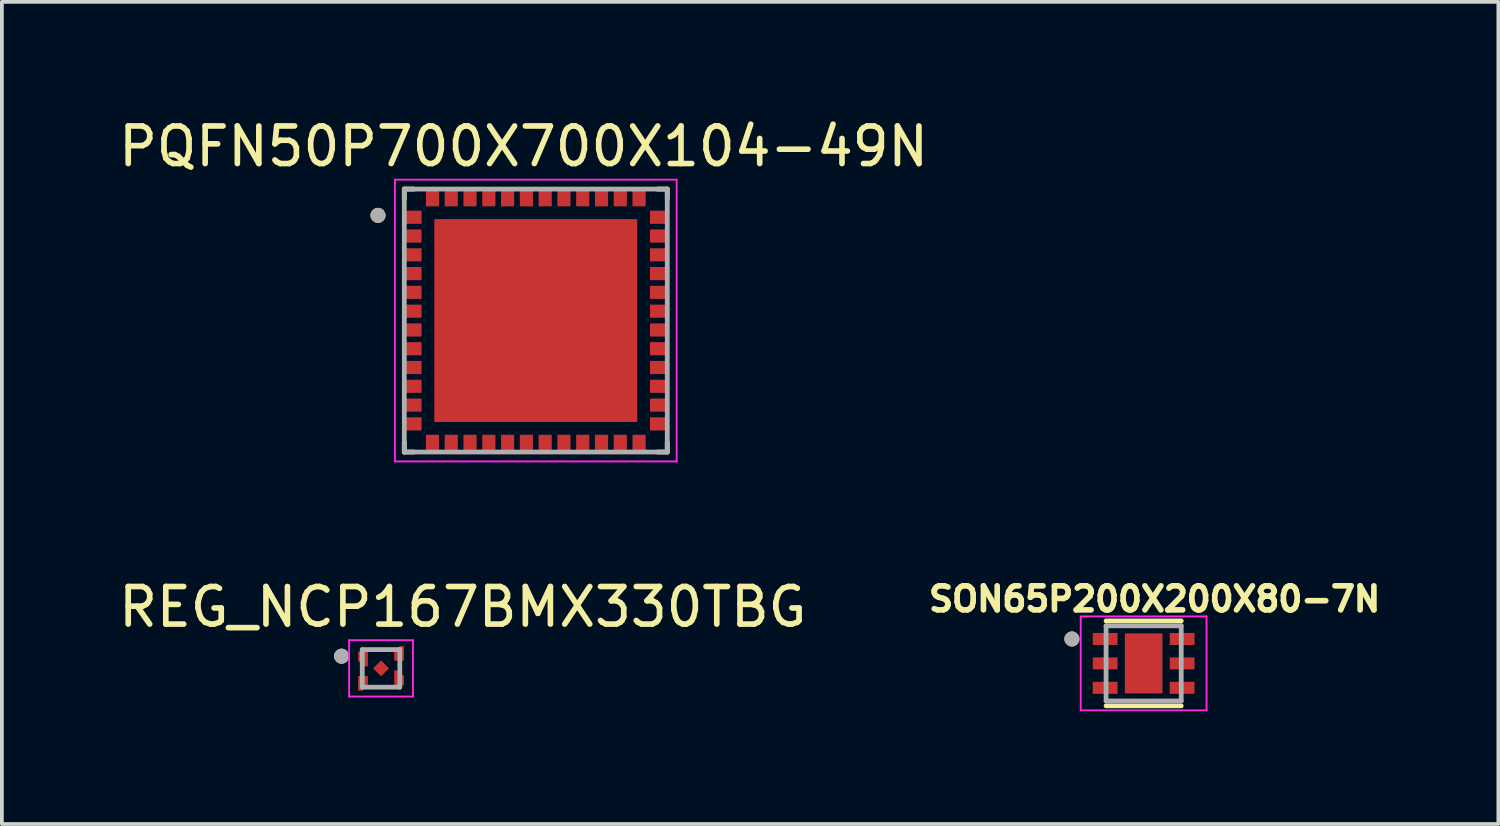
<source format=kicad_pcb>
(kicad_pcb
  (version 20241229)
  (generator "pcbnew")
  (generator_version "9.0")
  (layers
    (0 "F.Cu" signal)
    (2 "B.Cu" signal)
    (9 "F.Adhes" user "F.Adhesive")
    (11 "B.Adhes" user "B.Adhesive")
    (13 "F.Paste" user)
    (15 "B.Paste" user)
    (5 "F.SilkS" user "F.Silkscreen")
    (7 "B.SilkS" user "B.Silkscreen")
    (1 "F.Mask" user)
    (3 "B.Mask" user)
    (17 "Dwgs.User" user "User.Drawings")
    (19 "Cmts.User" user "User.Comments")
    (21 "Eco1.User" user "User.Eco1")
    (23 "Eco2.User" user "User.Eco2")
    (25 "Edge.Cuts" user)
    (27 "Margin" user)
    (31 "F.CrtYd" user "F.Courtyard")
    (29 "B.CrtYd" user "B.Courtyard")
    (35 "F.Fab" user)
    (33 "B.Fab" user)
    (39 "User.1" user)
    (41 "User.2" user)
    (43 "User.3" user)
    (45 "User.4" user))
  (footprint "PQFN50P700X700X104-49N"
    (layer "F.Cu")
    (at 11.212 5.483)
    (property "Reference" "PQFN50P700X700X104-49N" (at -0.325 -4.635 0) (layer "F.SilkS") (effects (font (size 1 1) (thickness 0.15))))
    (attr through_hole)
    (fp_line (start -3.5 -3.5) (end -3.245 -3.5) (stroke (width 0.127) (type solid)) (layer "F.SilkS"))
    (fp_line (start -3.5 -3.245) (end -3.5 -3.5) (stroke (width 0.127) (type solid)) (layer "F.SilkS"))
    (fp_line (start -3.5 3.245) (end -3.5 3.5) (stroke (width 0.127) (type solid)) (layer "F.SilkS"))
    (fp_line (start -3.5 3.5) (end -3.245 3.5) (stroke (width 0.127) (type solid)) (layer "F.SilkS"))
    (fp_line (start 3.5 -3.5) (end 3.245 -3.5) (stroke (width 0.127) (type solid)) (layer "F.SilkS"))
    (fp_line (start 3.5 -3.245) (end 3.5 -3.5) (stroke (width 0.127) (type solid)) (layer "F.SilkS"))
    (fp_line (start 3.5 3.245) (end 3.5 3.5) (stroke (width 0.127) (type solid)) (layer "F.SilkS"))
    (fp_line (start 3.5 3.5) (end 3.245 3.5) (stroke (width 0.127) (type solid)) (layer "F.SilkS"))
    (fp_circle (center -4.2 -2.8) (end -4.1 -2.8) (stroke (width 0.2) (type solid)) (fill no) (layer "F.SilkS"))
    (fp_poly (pts (xy -2.305 -2.305) (xy -0.395 -2.305) (xy -0.395 -0.395) (xy -2.305 -0.395)) (stroke (width 0.01) (type solid)) (fill yes) (layer "F.Paste"))
    (fp_poly (pts (xy -2.305 0.395) (xy -0.395 0.395) (xy -0.395 2.305) (xy -2.305 2.305)) (stroke (width 0.01) (type solid)) (fill yes) (layer "F.Paste"))
    (fp_poly (pts (xy 0.395 -2.305) (xy 2.305 -2.305) (xy 2.305 -0.395) (xy 0.395 -0.395)) (stroke (width 0.01) (type solid)) (fill yes) (layer "F.Paste"))
    (fp_poly (pts (xy 0.395 0.395) (xy 2.305 0.395) (xy 2.305 2.305) (xy 0.395 2.305)) (stroke (width 0.01) (type solid)) (fill yes) (layer "F.Paste"))
    (fp_line (start -3.75 -3.75) (end -3.75 3.75) (stroke (width 0.05) (type solid)) (layer "F.CrtYd"))
    (fp_line (start -3.75 3.75) (end 3.75 3.75) (stroke (width 0.05) (type solid)) (layer "F.CrtYd"))
    (fp_line (start 3.75 -3.75) (end -3.75 -3.75) (stroke (width 0.05) (type solid)) (layer "F.CrtYd"))
    (fp_line (start 3.75 3.75) (end 3.75 -3.75) (stroke (width 0.05) (type solid)) (layer "F.CrtYd"))
    (fp_line (start -3.5 -3.5) (end 3.5 -3.5) (stroke (width 0.127) (type solid)) (layer "F.Fab"))
    (fp_line (start -3.5 3.5) (end -3.5 -3.5) (stroke (width 0.127) (type solid)) (layer "F.Fab"))
    (fp_line (start 3.5 -3.5) (end 3.5 3.5) (stroke (width 0.127) (type solid)) (layer "F.Fab"))
    (fp_line (start 3.5 3.5) (end -3.5 3.5) (stroke (width 0.127) (type solid)) (layer "F.Fab"))
    (fp_circle (center -4.2 -2.8) (end -4.1 -2.8) (stroke (width 0.2) (type solid)) (fill no) (layer "F.Fab"))
    (pad "1" smd roundrect (at -3.265 -2.75 180) (size 0.45 0.35) (layers "F.Cu" "F.Mask" "F.Paste") (roundrect_rratio 0.04))
    (pad "2" smd roundrect (at -3.265 -2.25 180) (size 0.45 0.35) (layers "F.Cu" "F.Mask" "F.Paste") (roundrect_rratio 0.04))
    (pad "3" smd roundrect (at -3.265 -1.75 180) (size 0.45 0.35) (layers "F.Cu" "F.Mask" "F.Paste") (roundrect_rratio 0.04))
    (pad "4" smd roundrect (at -3.265 -1.25 180) (size 0.45 0.35) (layers "F.Cu" "F.Mask" "F.Paste") (roundrect_rratio 0.04))
    (pad "5" smd roundrect (at -3.265 -0.75 180) (size 0.45 0.35) (layers "F.Cu" "F.Mask" "F.Paste") (roundrect_rratio 0.04))
    (pad "6" smd roundrect (at -3.265 -0.25 180) (size 0.45 0.35) (layers "F.Cu" "F.Mask" "F.Paste") (roundrect_rratio 0.04))
    (pad "7" smd roundrect (at -3.265 0.25 180) (size 0.45 0.35) (layers "F.Cu" "F.Mask" "F.Paste") (roundrect_rratio 0.04))
    (pad "8" smd roundrect (at -3.265 0.75 180) (size 0.45 0.35) (layers "F.Cu" "F.Mask" "F.Paste") (roundrect_rratio 0.04))
    (pad "9" smd roundrect (at -3.265 1.25 180) (size 0.45 0.35) (layers "F.Cu" "F.Mask" "F.Paste") (roundrect_rratio 0.04))
    (pad "10" smd roundrect (at -3.265 1.75 180) (size 0.45 0.35) (layers "F.Cu" "F.Mask" "F.Paste") (roundrect_rratio 0.04))
    (pad "11" smd roundrect (at -3.265 2.25 180) (size 0.45 0.35) (layers "F.Cu" "F.Mask" "F.Paste") (roundrect_rratio 0.04))
    (pad "12" smd roundrect (at -3.265 2.75 180) (size 0.45 0.35) (layers "F.Cu" "F.Mask" "F.Paste") (roundrect_rratio 0.04))
    (pad "13" smd roundrect (at -2.75 3.265 270) (size 0.45 0.35) (layers "F.Cu" "F.Mask" "F.Paste") (roundrect_rratio 0.04))
    (pad "14" smd roundrect (at -2.25 3.265 270) (size 0.45 0.35) (layers "F.Cu" "F.Mask" "F.Paste") (roundrect_rratio 0.04))
    (pad "15" smd roundrect (at -1.75 3.265 270) (size 0.45 0.35) (layers "F.Cu" "F.Mask" "F.Paste") (roundrect_rratio 0.04))
    (pad "16" smd roundrect (at -1.25 3.265 270) (size 0.45 0.35) (layers "F.Cu" "F.Mask" "F.Paste") (roundrect_rratio 0.04))
    (pad "17" smd roundrect (at -0.75 3.265 270) (size 0.45 0.35) (layers "F.Cu" "F.Mask" "F.Paste") (roundrect_rratio 0.04))
    (pad "18" smd roundrect (at -0.25 3.265 270) (size 0.45 0.35) (layers "F.Cu" "F.Mask" "F.Paste") (roundrect_rratio 0.04))
    (pad "19" smd roundrect (at 0.25 3.265 270) (size 0.45 0.35) (layers "F.Cu" "F.Mask" "F.Paste") (roundrect_rratio 0.04))
    (pad "20" smd roundrect (at 0.75 3.265 270) (size 0.45 0.35) (layers "F.Cu" "F.Mask" "F.Paste") (roundrect_rratio 0.04))
    (pad "21" smd roundrect (at 1.25 3.265 270) (size 0.45 0.35) (layers "F.Cu" "F.Mask" "F.Paste") (roundrect_rratio 0.04))
    (pad "22" smd roundrect (at 1.75 3.265 270) (size 0.45 0.35) (layers "F.Cu" "F.Mask" "F.Paste") (roundrect_rratio 0.04))
    (pad "23" smd roundrect (at 2.25 3.265 270) (size 0.45 0.35) (layers "F.Cu" "F.Mask" "F.Paste") (roundrect_rratio 0.04))
    (pad "24" smd roundrect (at 2.75 3.265 270) (size 0.45 0.35) (layers "F.Cu" "F.Mask" "F.Paste") (roundrect_rratio 0.04))
    (pad "25" smd roundrect (at 3.265 2.75) (size 0.45 0.35) (layers "F.Cu" "F.Mask" "F.Paste") (roundrect_rratio 0.04))
    (pad "26" smd roundrect (at 3.265 2.25) (size 0.45 0.35) (layers "F.Cu" "F.Mask" "F.Paste") (roundrect_rratio 0.04))
    (pad "27" smd roundrect (at 3.265 1.75) (size 0.45 0.35) (layers "F.Cu" "F.Mask" "F.Paste") (roundrect_rratio 0.04))
    (pad "28" smd roundrect (at 3.265 1.25) (size 0.45 0.35) (layers "F.Cu" "F.Mask" "F.Paste") (roundrect_rratio 0.04))
    (pad "29" smd roundrect (at 3.265 0.75) (size 0.45 0.35) (layers "F.Cu" "F.Mask" "F.Paste") (roundrect_rratio 0.04))
    (pad "30" smd roundrect (at 3.265 0.25) (size 0.45 0.35) (layers "F.Cu" "F.Mask" "F.Paste") (roundrect_rratio 0.04))
    (pad "31" smd roundrect (at 3.265 -0.25) (size 0.45 0.35) (layers "F.Cu" "F.Mask" "F.Paste") (roundrect_rratio 0.04))
    (pad "32" smd roundrect (at 3.265 -0.75) (size 0.45 0.35) (layers "F.Cu" "F.Mask" "F.Paste") (roundrect_rratio 0.04))
    (pad "33" smd roundrect (at 3.265 -1.25) (size 0.45 0.35) (layers "F.Cu" "F.Mask" "F.Paste") (roundrect_rratio 0.04))
    (pad "34" smd roundrect (at 3.265 -1.75) (size 0.45 0.35) (layers "F.Cu" "F.Mask" "F.Paste") (roundrect_rratio 0.04))
    (pad "35" smd roundrect (at 3.265 -2.25) (size 0.45 0.35) (layers "F.Cu" "F.Mask" "F.Paste") (roundrect_rratio 0.04))
    (pad "36" smd roundrect (at 3.265 -2.75) (size 0.45 0.35) (layers "F.Cu" "F.Mask" "F.Paste") (roundrect_rratio 0.04))
    (pad "37" smd roundrect (at 2.75 -3.265 90) (size 0.45 0.35) (layers "F.Cu" "F.Mask" "F.Paste") (roundrect_rratio 0.04))
    (pad "38" smd roundrect (at 2.25 -3.265 90) (size 0.45 0.35) (layers "F.Cu" "F.Mask" "F.Paste") (roundrect_rratio 0.04))
    (pad "39" smd roundrect (at 1.75 -3.265 90) (size 0.45 0.35) (layers "F.Cu" "F.Mask" "F.Paste") (roundrect_rratio 0.04))
    (pad "40" smd roundrect (at 1.25 -3.265 90) (size 0.45 0.35) (layers "F.Cu" "F.Mask" "F.Paste") (roundrect_rratio 0.04))
    (pad "41" smd roundrect (at 0.75 -3.265 90) (size 0.45 0.35) (layers "F.Cu" "F.Mask" "F.Paste") (roundrect_rratio 0.04))
    (pad "42" smd roundrect (at 0.25 -3.265 90) (size 0.45 0.35) (layers "F.Cu" "F.Mask" "F.Paste") (roundrect_rratio 0.04))
    (pad "43" smd roundrect (at -0.25 -3.265 90) (size 0.45 0.35) (layers "F.Cu" "F.Mask" "F.Paste") (roundrect_rratio 0.04))
    (pad "44" smd roundrect (at -0.75 -3.265 90) (size 0.45 0.35) (layers "F.Cu" "F.Mask" "F.Paste") (roundrect_rratio 0.04))
    (pad "45" smd roundrect (at -1.25 -3.265 90) (size 0.45 0.35) (layers "F.Cu" "F.Mask" "F.Paste") (roundrect_rratio 0.04))
    (pad "46" smd roundrect (at -1.75 -3.265 90) (size 0.45 0.35) (layers "F.Cu" "F.Mask" "F.Paste") (roundrect_rratio 0.04))
    (pad "47" smd roundrect (at -2.25 -3.265 90) (size 0.45 0.35) (layers "F.Cu" "F.Mask" "F.Paste") (roundrect_rratio 0.04))
    (pad "48" smd roundrect (at -2.75 -3.265 90) (size 0.45 0.35) (layers "F.Cu" "F.Mask" "F.Paste") (roundrect_rratio 0.04))
    (pad "49" smd rect (at 0 0) (size 5.4 5.4) (layers "F.Cu" "F.Mask")))
  (footprint "SON65P200X200X80-7N"
    (layer "F.Cu")
    (at 27.393 14.609)
    (property "Reference" "SON65P200X200X80-7N" (at 0.292 -1.713 0) (layer "F.SilkS") (effects (font (size 0.64 0.64) (thickness 0.15))))
    (attr through_hole)
    (fp_line (start -1 -1.13) (end 1 -1.13) (stroke (width 0.127) (type solid)) (layer "F.SilkS"))
    (fp_line (start -1 1.13) (end 1 1.13) (stroke (width 0.127) (type solid)) (layer "F.SilkS"))
    (fp_circle (center -1.91 -0.65) (end -1.81 -0.65) (stroke (width 0.2) (type solid)) (fill no) (layer "F.SilkS"))
    (fp_poly (pts (xy -0.316 -0.506) (xy 0.316 -0.506) (xy 0.316 0.506) (xy -0.316 0.506)) (stroke (width 0.01) (type solid)) (fill yes) (layer "F.Paste"))
    (fp_line (start -1.675 -1.25) (end -1.675 1.25) (stroke (width 0.05) (type solid)) (layer "F.CrtYd"))
    (fp_line (start -1.675 -1.25) (end 1.675 -1.25) (stroke (width 0.05) (type solid)) (layer "F.CrtYd"))
    (fp_line (start -1.675 1.25) (end 1.675 1.25) (stroke (width 0.05) (type solid)) (layer "F.CrtYd"))
    (fp_line (start 1.675 -1.25) (end 1.675 1.25) (stroke (width 0.05) (type solid)) (layer "F.CrtYd"))
    (fp_line (start -1 -1) (end -1 1) (stroke (width 0.127) (type solid)) (layer "F.Fab"))
    (fp_line (start -1 -1) (end 1 -1) (stroke (width 0.127) (type solid)) (layer "F.Fab"))
    (fp_line (start -1 1) (end 1 1) (stroke (width 0.127) (type solid)) (layer "F.Fab"))
    (fp_line (start 1 -1) (end 1 1) (stroke (width 0.127) (type solid)) (layer "F.Fab"))
    (fp_circle (center -1.91 -0.65) (end -1.81 -0.65) (stroke (width 0.2) (type solid)) (fill no) (layer "F.Fab"))
    (pad "1" smd rect (at -1.025 -0.65) (size 0.66 0.32) (layers "F.Cu" "F.Mask" "F.Paste"))
    (pad "2" smd rect (at -1.025 0) (size 0.66 0.32) (layers "F.Cu" "F.Mask" "F.Paste"))
    (pad "3" smd rect (at -1.025 0.65) (size 0.66 0.32) (layers "F.Cu" "F.Mask" "F.Paste"))
    (pad "4" smd rect (at 1.025 0.65) (size 0.66 0.32) (layers "F.Cu" "F.Mask" "F.Paste"))
    (pad "5" smd rect (at 1.025 0) (size 0.66 0.32) (layers "F.Cu" "F.Mask" "F.Paste"))
    (pad "6" smd rect (at 1.025 -0.65) (size 0.66 0.32) (layers "F.Cu" "F.Mask" "F.Paste"))
    (pad "7" smd rect (at 0 0 90) (size 1.6 1) (layers "F.Cu" "F.Mask")))
  (footprint "REG_NCP167BMX330TBG"
    (layer "F.Cu")
    (at 7.093 14.742)
    (property "Reference" "REG_NCP167BMX330TBG" (at 2.175 -1.635 0) (layer "F.SilkS") (effects (font (size 1 1) (thickness 0.15))))
    (attr through_hole)
    (fp_poly (pts (xy 0 -0.4) (xy 0.4 0) (xy 0 0.4) (xy -0.4 0)) (stroke (width 0.001) (type solid)) (fill yes) (layer "F.Mask"))
    (fp_poly (pts (xy -0.65 -0.505) (xy -0.16 -0.505) (xy -0.16 -0.345) (xy -0.36 -0.145) (xy -0.65 -0.145)) (stroke (width 0.0001) (type solid)) (fill yes) (layer "F.Mask"))
    (fp_poly (pts (xy -0.65 0.505) (xy -0.16 0.505) (xy -0.16 0.345) (xy -0.36 0.145) (xy -0.65 0.145)) (stroke (width 0.0001) (type solid)) (fill yes) (layer "F.Mask"))
    (fp_poly (pts (xy 0.65 -0.505) (xy 0.16 -0.505) (xy 0.16 -0.345) (xy 0.36 -0.145) (xy 0.65 -0.145)) (stroke (width 0.0001) (type solid)) (fill yes) (layer "F.Mask"))
    (fp_poly (pts (xy 0.65 0.505) (xy 0.16 0.505) (xy 0.16 0.345) (xy 0.36 0.145) (xy 0.65 0.145)) (stroke (width 0.0001) (type solid)) (fill yes) (layer "F.Mask"))
    (fp_circle (center -1.05 -0.325) (end -0.95 -0.325) (stroke (width 0.2) (type solid)) (fill no) (layer "F.SilkS"))
    (fp_poly (pts (xy -0.164 -0.164) (xy 0.164 -0.164) (xy 0.164 0.164) (xy -0.164 0.164)) (stroke (width 0.01) (type solid)) (fill yes) (layer "F.Paste"))
    (fp_poly (pts (xy -0.6 -0.455) (xy -0.21 -0.455) (xy -0.21 -0.345) (xy -0.36 -0.195) (xy -0.6 -0.195)) (stroke (width 0.0001) (type solid)) (fill yes) (layer "F.Paste"))
    (fp_poly (pts (xy -0.6 0.455) (xy -0.21 0.455) (xy -0.21 0.345) (xy -0.36 0.195) (xy -0.6 0.195)) (stroke (width 0.0001) (type solid)) (fill yes) (layer "F.Paste"))
    (fp_poly (pts (xy 0.6 -0.455) (xy 0.21 -0.455) (xy 0.21 -0.345) (xy 0.36 -0.195) (xy 0.6 -0.195)) (stroke (width 0.0001) (type solid)) (fill yes) (layer "F.Paste"))
    (fp_poly (pts (xy 0.6 0.455) (xy 0.21 0.455) (xy 0.21 0.345) (xy 0.36 0.195) (xy 0.6 0.195)) (stroke (width 0.0001) (type solid)) (fill yes) (layer "F.Paste"))
    (fp_line (start -0.85 -0.75) (end 0.85 -0.75) (stroke (width 0.05) (type solid)) (layer "F.CrtYd"))
    (fp_line (start -0.85 0.75) (end -0.85 -0.75) (stroke (width 0.05) (type solid)) (layer "F.CrtYd"))
    (fp_line (start 0.85 -0.75) (end 0.85 0.75) (stroke (width 0.05) (type solid)) (layer "F.CrtYd"))
    (fp_line (start 0.85 0.75) (end -0.85 0.75) (stroke (width 0.05) (type solid)) (layer "F.CrtYd"))
    (fp_line (start -0.5 -0.5) (end 0.5 -0.5) (stroke (width 0.127) (type solid)) (layer "F.Fab"))
    (fp_line (start -0.5 0.5) (end -0.5 -0.5) (stroke (width 0.127) (type solid)) (layer "F.Fab"))
    (fp_line (start 0.5 -0.5) (end 0.5 0.5) (stroke (width 0.127) (type solid)) (layer "F.Fab"))
    (fp_line (start 0.5 0.5) (end -0.5 0.5) (stroke (width 0.127) (type solid)) (layer "F.Fab"))
    (fp_circle (center -1.05 -0.325) (end -0.95 -0.325) (stroke (width 0.2) (type solid)) (fill no) (layer "F.Fab"))
    (pad "1" smd custom (at -0.48 -0.325 270) (size 0.1 0.1) (layers "F.Cu") (options (anchor rect)) (primitives (gr_poly (pts (xy 0.27 -0.13) (xy -0.12 -0.13) (xy -0.12 0.13) (xy 0.12 0.13) (xy 0.27 -0.02)) (width 0.0001) (fill yes))))
    (pad "2" smd custom (at -0.48 0.325 270) (size 0.1 0.1) (layers "F.Cu") (options (anchor rect)) (primitives (gr_poly (pts (xy 0.27 0.13) (xy -0.12 0.13) (xy -0.12 -0.13) (xy 0.06 -0.13) (xy 0.12 -0.13) (xy 0.27 0.02)) (width 0.0001) (fill yes))))
    (pad "3" smd custom (at 0.48 0.325 270) (size 0.1 0.1) (layers "F.Cu") (options (anchor rect)) (primitives (gr_poly (pts (xy -0.27 0.13) (xy 0.12 0.13) (xy 0.12 -0.13) (xy -0.12 -0.13) (xy -0.27 0.02)) (width 0.0001) (fill yes))))
    (pad "4" smd custom (at 0.48 -0.325 270) (size 0.1 0.1) (layers "F.Cu") (options (anchor rect)) (primitives (gr_poly (pts (xy -0.27 -0.13) (xy 0.12 -0.13) (xy 0.12 0.13) (xy -0.06 0.13) (xy -0.12 0.13) (xy -0.27 -0.02)) (width 0.0001) (fill yes))))
    (pad "5" smd rect (at 0 0 315) (size 0.3 0.3) (layers "F.Cu")))
  (gr_rect
    (start -3 -3)
    (end 36.835 18.884)
    (stroke (width 0.1) (type default))
    (fill no)
    (layer "Edge.Cuts")))
</source>
